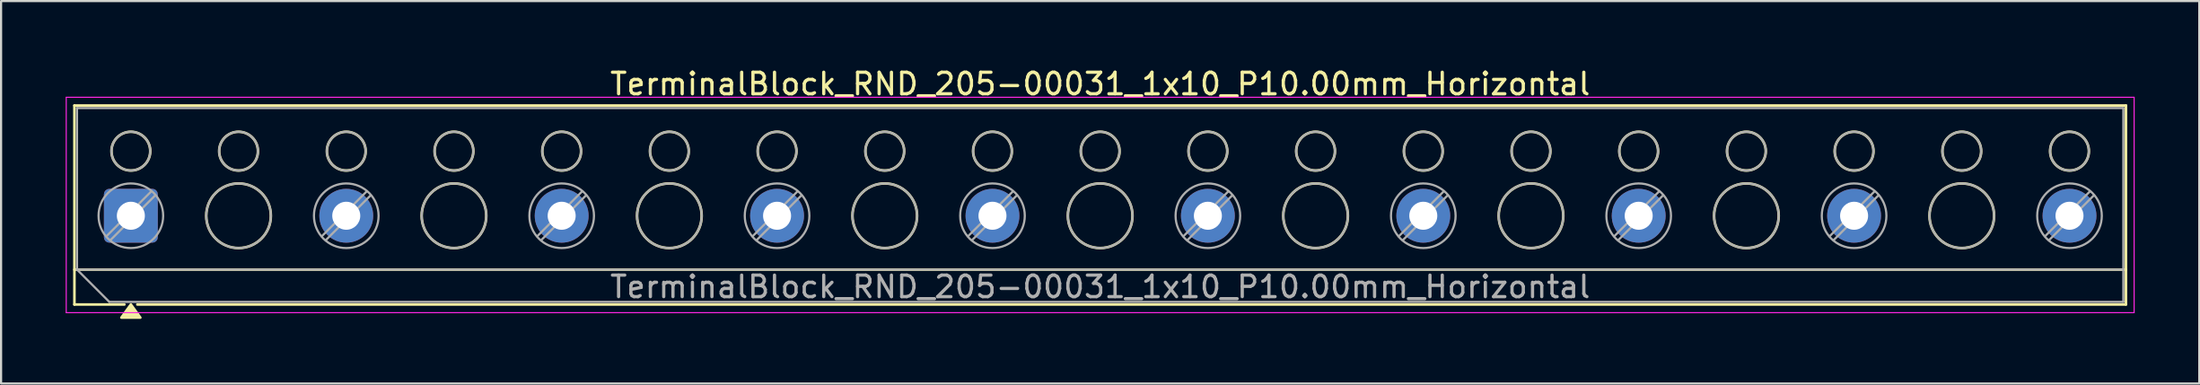
<source format=kicad_pcb>
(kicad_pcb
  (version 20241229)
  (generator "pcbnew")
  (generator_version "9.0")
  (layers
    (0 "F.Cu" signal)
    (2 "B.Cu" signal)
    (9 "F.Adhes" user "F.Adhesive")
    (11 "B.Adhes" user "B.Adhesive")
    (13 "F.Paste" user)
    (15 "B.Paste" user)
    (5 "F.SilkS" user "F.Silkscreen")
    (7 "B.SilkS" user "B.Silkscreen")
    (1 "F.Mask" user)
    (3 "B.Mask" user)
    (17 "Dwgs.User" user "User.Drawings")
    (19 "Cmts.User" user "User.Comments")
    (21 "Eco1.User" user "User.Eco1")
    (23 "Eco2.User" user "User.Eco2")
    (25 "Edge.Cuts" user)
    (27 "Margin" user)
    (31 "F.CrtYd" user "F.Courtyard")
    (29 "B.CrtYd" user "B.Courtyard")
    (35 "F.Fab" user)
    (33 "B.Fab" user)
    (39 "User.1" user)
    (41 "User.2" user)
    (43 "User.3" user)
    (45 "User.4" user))
  (footprint "TerminalBlock_RND_205-00031_1x10_P10.00mm_Horizontal"
    (layer "F.Cu")
    (at 3.025 6.968)
    (property "Reference" "TerminalBlock_RND_205-00031_1x10_P10.00mm_Horizontal" (at 45 -6.12 0) (layer "F.SilkS") (effects (font (size 1 1) (thickness 0.15))))
    (attr through_hole)
    (fp_line (start -2.62 -5.12) (end -2.62 4.12) (stroke (width 0.12) (type solid)) (layer "F.SilkS"))
    (fp_line (start -2.62 -5.12) (end 92.62 -5.12) (stroke (width 0.12) (type solid)) (layer "F.SilkS"))
    (fp_line (start -2.62 2.5) (end 92.62 2.5) (stroke (width 0.12) (type solid)) (layer "F.SilkS"))
    (fp_line (start -2.62 4.12) (end -0.3 4.12) (stroke (width 0.12) (type solid)) (layer "F.SilkS"))
    (fp_line (start 0.3 4.12) (end 92.62 4.12) (stroke (width 0.12) (type solid)) (layer "F.SilkS"))
    (fp_line (start 92.62 -5.12) (end 92.62 4.12) (stroke (width 0.12) (type solid)) (layer "F.SilkS"))
    (fp_circle (center 0 -3) (end 0.9 -3) (stroke (width 0.12) (type solid)) (fill no) (layer "F.SilkS"))
    (fp_circle (center 5 -3) (end 5.9 -3) (stroke (width 0.12) (type solid)) (fill no) (layer "F.SilkS"))
    (fp_circle (center 5 0) (end 6.5 0) (stroke (width 0.12) (type solid)) (fill no) (layer "F.SilkS"))
    (fp_circle (center 10 -3) (end 10.9 -3) (stroke (width 0.12) (type solid)) (fill no) (layer "F.SilkS"))
    (fp_circle (center 15 -3) (end 15.9 -3) (stroke (width 0.12) (type solid)) (fill no) (layer "F.SilkS"))
    (fp_circle (center 15 0) (end 16.5 0) (stroke (width 0.12) (type solid)) (fill no) (layer "F.SilkS"))
    (fp_circle (center 20 -3) (end 20.9 -3) (stroke (width 0.12) (type solid)) (fill no) (layer "F.SilkS"))
    (fp_circle (center 25 -3) (end 25.9 -3) (stroke (width 0.12) (type solid)) (fill no) (layer "F.SilkS"))
    (fp_circle (center 25 0) (end 26.5 0) (stroke (width 0.12) (type solid)) (fill no) (layer "F.SilkS"))
    (fp_circle (center 30 -3) (end 30.9 -3) (stroke (width 0.12) (type solid)) (fill no) (layer "F.SilkS"))
    (fp_circle (center 35 -3) (end 35.9 -3) (stroke (width 0.12) (type solid)) (fill no) (layer "F.SilkS"))
    (fp_circle (center 35 0) (end 36.5 0) (stroke (width 0.12) (type solid)) (fill no) (layer "F.SilkS"))
    (fp_circle (center 40 -3) (end 40.9 -3) (stroke (width 0.12) (type solid)) (fill no) (layer "F.SilkS"))
    (fp_circle (center 45 -3) (end 45.9 -3) (stroke (width 0.12) (type solid)) (fill no) (layer "F.SilkS"))
    (fp_circle (center 45 0) (end 46.5 0) (stroke (width 0.12) (type solid)) (fill no) (layer "F.SilkS"))
    (fp_circle (center 50 -3) (end 50.9 -3) (stroke (width 0.12) (type solid)) (fill no) (layer "F.SilkS"))
    (fp_circle (center 55 -3) (end 55.9 -3) (stroke (width 0.12) (type solid)) (fill no) (layer "F.SilkS"))
    (fp_circle (center 55 0) (end 56.5 0) (stroke (width 0.12) (type solid)) (fill no) (layer "F.SilkS"))
    (fp_circle (center 60 -3) (end 60.9 -3) (stroke (width 0.12) (type solid)) (fill no) (layer "F.SilkS"))
    (fp_circle (center 65 -3) (end 65.9 -3) (stroke (width 0.12) (type solid)) (fill no) (layer "F.SilkS"))
    (fp_circle (center 65 0) (end 66.5 0) (stroke (width 0.12) (type solid)) (fill no) (layer "F.SilkS"))
    (fp_circle (center 70 -3) (end 70.9 -3) (stroke (width 0.12) (type solid)) (fill no) (layer "F.SilkS"))
    (fp_circle (center 75 -3) (end 75.9 -3) (stroke (width 0.12) (type solid)) (fill no) (layer "F.SilkS"))
    (fp_circle (center 75 0) (end 76.5 0) (stroke (width 0.12) (type solid)) (fill no) (layer "F.SilkS"))
    (fp_circle (center 80 -3) (end 80.9 -3) (stroke (width 0.12) (type solid)) (fill no) (layer "F.SilkS"))
    (fp_circle (center 85 -3) (end 85.9 -3) (stroke (width 0.12) (type solid)) (fill no) (layer "F.SilkS"))
    (fp_circle (center 85 0) (end 86.5 0) (stroke (width 0.12) (type solid)) (fill no) (layer "F.SilkS"))
    (fp_circle (center 90 -3) (end 90.9 -3) (stroke (width 0.12) (type solid)) (fill no) (layer "F.SilkS"))
    (fp_poly (pts (xy 0 4.12) (xy 0.44 4.73) (xy -0.44 4.73)) (stroke (width 0.12) (type solid)) (fill yes) (layer "F.SilkS"))
    (fp_line (start -3 -5.5) (end -3 4.5) (stroke (width 0.05) (type solid)) (layer "F.CrtYd"))
    (fp_line (start -3 4.5) (end 93 4.5) (stroke (width 0.05) (type solid)) (layer "F.CrtYd"))
    (fp_line (start 93 -5.5) (end -3 -5.5) (stroke (width 0.05) (type solid)) (layer "F.CrtYd"))
    (fp_line (start 93 4.5) (end 93 -5.5) (stroke (width 0.05) (type solid)) (layer "F.CrtYd"))
    (fp_line (start -2.5 -5) (end 92.5 -5) (stroke (width 0.1) (type solid)) (layer "F.Fab"))
    (fp_line (start -2.5 2.5) (end -2.5 -5) (stroke (width 0.1) (type solid)) (layer "F.Fab"))
    (fp_line (start -2.5 2.5) (end 92.5 2.5) (stroke (width 0.1) (type solid)) (layer "F.Fab"))
    (fp_line (start -1 4) (end -2.5 2.5) (stroke (width 0.1) (type solid)) (layer "F.Fab"))
    (fp_line (start 0.955 -1.138) (end -1.138 0.954) (stroke (width 0.1) (type solid)) (layer "F.Fab"))
    (fp_line (start 1.138 -0.954) (end -0.955 1.137) (stroke (width 0.1) (type solid)) (layer "F.Fab"))
    (fp_line (start 10.955 -1.138) (end 8.862 0.954) (stroke (width 0.1) (type solid)) (layer "F.Fab"))
    (fp_line (start 11.138 -0.954) (end 9.045 1.137) (stroke (width 0.1) (type solid)) (layer "F.Fab"))
    (fp_line (start 20.955 -1.138) (end 18.862 0.954) (stroke (width 0.1) (type solid)) (layer "F.Fab"))
    (fp_line (start 21.138 -0.954) (end 19.045 1.137) (stroke (width 0.1) (type solid)) (layer "F.Fab"))
    (fp_line (start 30.955 -1.138) (end 28.862 0.954) (stroke (width 0.1) (type solid)) (layer "F.Fab"))
    (fp_line (start 31.138 -0.954) (end 29.045 1.137) (stroke (width 0.1) (type solid)) (layer "F.Fab"))
    (fp_line (start 40.955 -1.138) (end 38.862 0.954) (stroke (width 0.1) (type solid)) (layer "F.Fab"))
    (fp_line (start 41.138 -0.954) (end 39.045 1.137) (stroke (width 0.1) (type solid)) (layer "F.Fab"))
    (fp_line (start 50.955 -1.138) (end 48.862 0.954) (stroke (width 0.1) (type solid)) (layer "F.Fab"))
    (fp_line (start 51.138 -0.954) (end 49.045 1.137) (stroke (width 0.1) (type solid)) (layer "F.Fab"))
    (fp_line (start 60.955 -1.138) (end 58.862 0.954) (stroke (width 0.1) (type solid)) (layer "F.Fab"))
    (fp_line (start 61.138 -0.954) (end 59.045 1.137) (stroke (width 0.1) (type solid)) (layer "F.Fab"))
    (fp_line (start 70.955 -1.138) (end 68.862 0.954) (stroke (width 0.1) (type solid)) (layer "F.Fab"))
    (fp_line (start 71.138 -0.954) (end 69.045 1.137) (stroke (width 0.1) (type solid)) (layer "F.Fab"))
    (fp_line (start 80.955 -1.138) (end 78.862 0.954) (stroke (width 0.1) (type solid)) (layer "F.Fab"))
    (fp_line (start 81.138 -0.954) (end 79.045 1.137) (stroke (width 0.1) (type solid)) (layer "F.Fab"))
    (fp_line (start 90.955 -1.138) (end 88.862 0.954) (stroke (width 0.1) (type solid)) (layer "F.Fab"))
    (fp_line (start 91.138 -0.954) (end 89.045 1.137) (stroke (width 0.1) (type solid)) (layer "F.Fab"))
    (fp_line (start 92.5 -5) (end 92.5 4) (stroke (width 0.1) (type solid)) (layer "F.Fab"))
    (fp_line (start 92.5 4) (end -1 4) (stroke (width 0.1) (type solid)) (layer "F.Fab"))
    (fp_circle (center 0 -3) (end 0.9 -3) (stroke (width 0.1) (type solid)) (fill no) (layer "F.Fab"))
    (fp_circle (center 0 0) (end 1.5 0) (stroke (width 0.1) (type solid)) (fill no) (layer "F.Fab"))
    (fp_circle (center 5 -3) (end 5.9 -3) (stroke (width 0.1) (type solid)) (fill no) (layer "F.Fab"))
    (fp_circle (center 5 0) (end 6.5 0) (stroke (width 0.1) (type solid)) (fill no) (layer "F.Fab"))
    (fp_circle (center 10 -3) (end 10.9 -3) (stroke (width 0.1) (type solid)) (fill no) (layer "F.Fab"))
    (fp_circle (center 10 0) (end 11.5 0) (stroke (width 0.1) (type solid)) (fill no) (layer "F.Fab"))
    (fp_circle (center 15 -3) (end 15.9 -3) (stroke (width 0.1) (type solid)) (fill no) (layer "F.Fab"))
    (fp_circle (center 15 0) (end 16.5 0) (stroke (width 0.1) (type solid)) (fill no) (layer "F.Fab"))
    (fp_circle (center 20 -3) (end 20.9 -3) (stroke (width 0.1) (type solid)) (fill no) (layer "F.Fab"))
    (fp_circle (center 20 0) (end 21.5 0) (stroke (width 0.1) (type solid)) (fill no) (layer "F.Fab"))
    (fp_circle (center 25 -3) (end 25.9 -3) (stroke (width 0.1) (type solid)) (fill no) (layer "F.Fab"))
    (fp_circle (center 25 0) (end 26.5 0) (stroke (width 0.1) (type solid)) (fill no) (layer "F.Fab"))
    (fp_circle (center 30 -3) (end 30.9 -3) (stroke (width 0.1) (type solid)) (fill no) (layer "F.Fab"))
    (fp_circle (center 30 0) (end 31.5 0) (stroke (width 0.1) (type solid)) (fill no) (layer "F.Fab"))
    (fp_circle (center 35 -3) (end 35.9 -3) (stroke (width 0.1) (type solid)) (fill no) (layer "F.Fab"))
    (fp_circle (center 35 0) (end 36.5 0) (stroke (width 0.1) (type solid)) (fill no) (layer "F.Fab"))
    (fp_circle (center 40 -3) (end 40.9 -3) (stroke (width 0.1) (type solid)) (fill no) (layer "F.Fab"))
    (fp_circle (center 40 0) (end 41.5 0) (stroke (width 0.1) (type solid)) (fill no) (layer "F.Fab"))
    (fp_circle (center 45 -3) (end 45.9 -3) (stroke (width 0.1) (type solid)) (fill no) (layer "F.Fab"))
    (fp_circle (center 45 0) (end 46.5 0) (stroke (width 0.1) (type solid)) (fill no) (layer "F.Fab"))
    (fp_circle (center 50 -3) (end 50.9 -3) (stroke (width 0.1) (type solid)) (fill no) (layer "F.Fab"))
    (fp_circle (center 50 0) (end 51.5 0) (stroke (width 0.1) (type solid)) (fill no) (layer "F.Fab"))
    (fp_circle (center 55 -3) (end 55.9 -3) (stroke (width 0.1) (type solid)) (fill no) (layer "F.Fab"))
    (fp_circle (center 55 0) (end 56.5 0) (stroke (width 0.1) (type solid)) (fill no) (layer "F.Fab"))
    (fp_circle (center 60 -3) (end 60.9 -3) (stroke (width 0.1) (type solid)) (fill no) (layer "F.Fab"))
    (fp_circle (center 60 0) (end 61.5 0) (stroke (width 0.1) (type solid)) (fill no) (layer "F.Fab"))
    (fp_circle (center 65 -3) (end 65.9 -3) (stroke (width 0.1) (type solid)) (fill no) (layer "F.Fab"))
    (fp_circle (center 65 0) (end 66.5 0) (stroke (width 0.1) (type solid)) (fill no) (layer "F.Fab"))
    (fp_circle (center 70 -3) (end 70.9 -3) (stroke (width 0.1) (type solid)) (fill no) (layer "F.Fab"))
    (fp_circle (center 70 0) (end 71.5 0) (stroke (width 0.1) (type solid)) (fill no) (layer "F.Fab"))
    (fp_circle (center 75 -3) (end 75.9 -3) (stroke (width 0.1) (type solid)) (fill no) (layer "F.Fab"))
    (fp_circle (center 75 0) (end 76.5 0) (stroke (width 0.1) (type solid)) (fill no) (layer "F.Fab"))
    (fp_circle (center 80 -3) (end 80.9 -3) (stroke (width 0.1) (type solid)) (fill no) (layer "F.Fab"))
    (fp_circle (center 80 0) (end 81.5 0) (stroke (width 0.1) (type solid)) (fill no) (layer "F.Fab"))
    (fp_circle (center 85 -3) (end 85.9 -3) (stroke (width 0.1) (type solid)) (fill no) (layer "F.Fab"))
    (fp_circle (center 85 0) (end 86.5 0) (stroke (width 0.1) (type solid)) (fill no) (layer "F.Fab"))
    (fp_circle (center 90 -3) (end 90.9 -3) (stroke (width 0.1) (type solid)) (fill no) (layer "F.Fab"))
    (fp_circle (center 90 0) (end 91.5 0) (stroke (width 0.1) (type solid)) (fill no) (layer "F.Fab"))
    (fp_text user "${REFERENCE}" (at 45 3.3 0) (layer "F.Fab") (effects (font (size 1 1) (thickness 0.15))))
    (pad "1" thru_hole roundrect (at 0 0) (size 2.5 2.5) (drill 1.3) (layers "*.Cu" "*.Mask") (roundrect_rratio 0.1))
    (pad "2" thru_hole circle (at 10 0) (size 2.5 2.5) (drill 1.3) (layers "*.Cu" "*.Mask"))
    (pad "3" thru_hole circle (at 20 0) (size 2.5 2.5) (drill 1.3) (layers "*.Cu" "*.Mask"))
    (pad "4" thru_hole circle (at 30 0) (size 2.5 2.5) (drill 1.3) (layers "*.Cu" "*.Mask"))
    (pad "5" thru_hole circle (at 40 0) (size 2.5 2.5) (drill 1.3) (layers "*.Cu" "*.Mask"))
    (pad "6" thru_hole circle (at 50 0) (size 2.5 2.5) (drill 1.3) (layers "*.Cu" "*.Mask"))
    (pad "7" thru_hole circle (at 60 0) (size 2.5 2.5) (drill 1.3) (layers "*.Cu" "*.Mask"))
    (pad "8" thru_hole circle (at 70 0) (size 2.5 2.5) (drill 1.3) (layers "*.Cu" "*.Mask"))
    (pad "9" thru_hole circle (at 80 0) (size 2.5 2.5) (drill 1.3) (layers "*.Cu" "*.Mask"))
    (pad "10" thru_hole circle (at 90 0) (size 2.5 2.5) (drill 1.3) (layers "*.Cu" "*.Mask")))
  (gr_rect
    (start -3 -3)
    (end 99.05 14.758)
    (stroke (width 0.1) (type default))
    (fill no)
    (layer "Edge.Cuts")))
</source>
